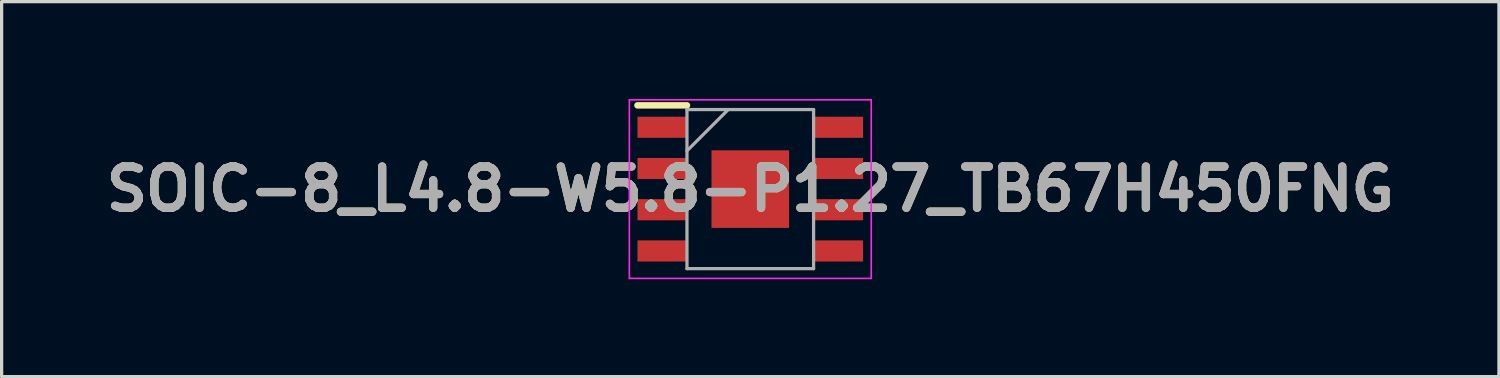
<source format=kicad_pcb>
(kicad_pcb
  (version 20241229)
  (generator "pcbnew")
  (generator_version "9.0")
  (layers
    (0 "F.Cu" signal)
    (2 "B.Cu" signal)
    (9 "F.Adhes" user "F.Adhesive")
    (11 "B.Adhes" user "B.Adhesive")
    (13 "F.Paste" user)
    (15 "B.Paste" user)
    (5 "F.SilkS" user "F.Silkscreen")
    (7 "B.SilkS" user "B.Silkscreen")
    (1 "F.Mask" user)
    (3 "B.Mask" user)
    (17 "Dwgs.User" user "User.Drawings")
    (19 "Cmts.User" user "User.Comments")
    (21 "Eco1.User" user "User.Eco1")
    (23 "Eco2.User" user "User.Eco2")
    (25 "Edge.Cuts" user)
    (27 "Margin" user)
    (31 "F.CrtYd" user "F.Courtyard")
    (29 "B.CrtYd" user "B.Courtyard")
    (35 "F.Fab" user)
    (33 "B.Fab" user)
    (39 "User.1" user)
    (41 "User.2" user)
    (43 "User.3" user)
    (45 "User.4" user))
  (footprint "SOIC-8_L4.8-W5.8-P1.27_TB67H450FNG"
    (layer "F.Cu")
    (at 20.06 2.775)
    (property "Reference" "SOIC-8_L4.8-W5.8-P1.27_TB67H450FNG" (at 0 0 0) (layer "F.SilkS") (effects (font (size 1.27 1.27) (thickness 0.254))))
    (attr smd)
    (fp_line (start -3.475 -2.58) (end -1.95 -2.58) (stroke (width 0.2) (type solid)) (layer "F.SilkS"))
    (fp_line (start -3.725 -2.75) (end 3.725 -2.75) (stroke (width 0.05) (type solid)) (layer "F.CrtYd"))
    (fp_line (start -3.725 2.75) (end -3.725 -2.75) (stroke (width 0.05) (type solid)) (layer "F.CrtYd"))
    (fp_line (start 3.725 -2.75) (end 3.725 2.75) (stroke (width 0.05) (type solid)) (layer "F.CrtYd"))
    (fp_line (start 3.725 2.75) (end -3.725 2.75) (stroke (width 0.05) (type solid)) (layer "F.CrtYd"))
    (fp_line (start -1.95 -2.45) (end 1.95 -2.45) (stroke (width 0.1) (type solid)) (layer "F.Fab"))
    (fp_line (start -1.95 -1.18) (end -0.68 -2.45) (stroke (width 0.1) (type solid)) (layer "F.Fab"))
    (fp_line (start -1.95 2.45) (end -1.95 -2.45) (stroke (width 0.1) (type solid)) (layer "F.Fab"))
    (fp_line (start 1.95 -2.45) (end 1.95 2.45) (stroke (width 0.1) (type solid)) (layer "F.Fab"))
    (fp_line (start 1.95 2.45) (end -1.95 2.45) (stroke (width 0.1) (type solid)) (layer "F.Fab"))
    (fp_text user "${REFERENCE}" (at 0 0 0) (layer "F.Fab") (effects (font (size 1.27 1.27) (thickness 0.254))))
    (pad "1" smd rect (at -2.712 -1.905 90) (size 0.65 1.525) (layers "F.Cu" "F.Mask" "F.Paste"))
    (pad "2" smd rect (at -2.712 -0.635 90) (size 0.65 1.525) (layers "F.Cu" "F.Mask" "F.Paste"))
    (pad "3" smd rect (at -2.712 0.635 90) (size 0.65 1.525) (layers "F.Cu" "F.Mask" "F.Paste"))
    (pad "4" smd rect (at -2.712 1.905 90) (size 0.65 1.525) (layers "F.Cu" "F.Mask" "F.Paste"))
    (pad "5" smd rect (at 2.712 1.905 90) (size 0.65 1.525) (layers "F.Cu" "F.Mask" "F.Paste"))
    (pad "6" smd rect (at 2.712 0.635 90) (size 0.65 1.525) (layers "F.Cu" "F.Mask" "F.Paste"))
    (pad "7" smd rect (at 2.712 -0.635 90) (size 0.65 1.525) (layers "F.Cu" "F.Mask" "F.Paste"))
    (pad "8" smd rect (at 2.712 -1.905 90) (size 0.65 1.525) (layers "F.Cu" "F.Mask" "F.Paste"))
    (pad "9" smd rect (at 0 0) (size 2.39 2.39) (layers "F.Cu" "F.Mask" "F.Paste")))
  (gr_rect
    (start -3 -3)
    (end 43.12 8.55)
    (stroke (width 0.1) (type default))
    (fill no)
    (layer "Edge.Cuts")))
</source>
